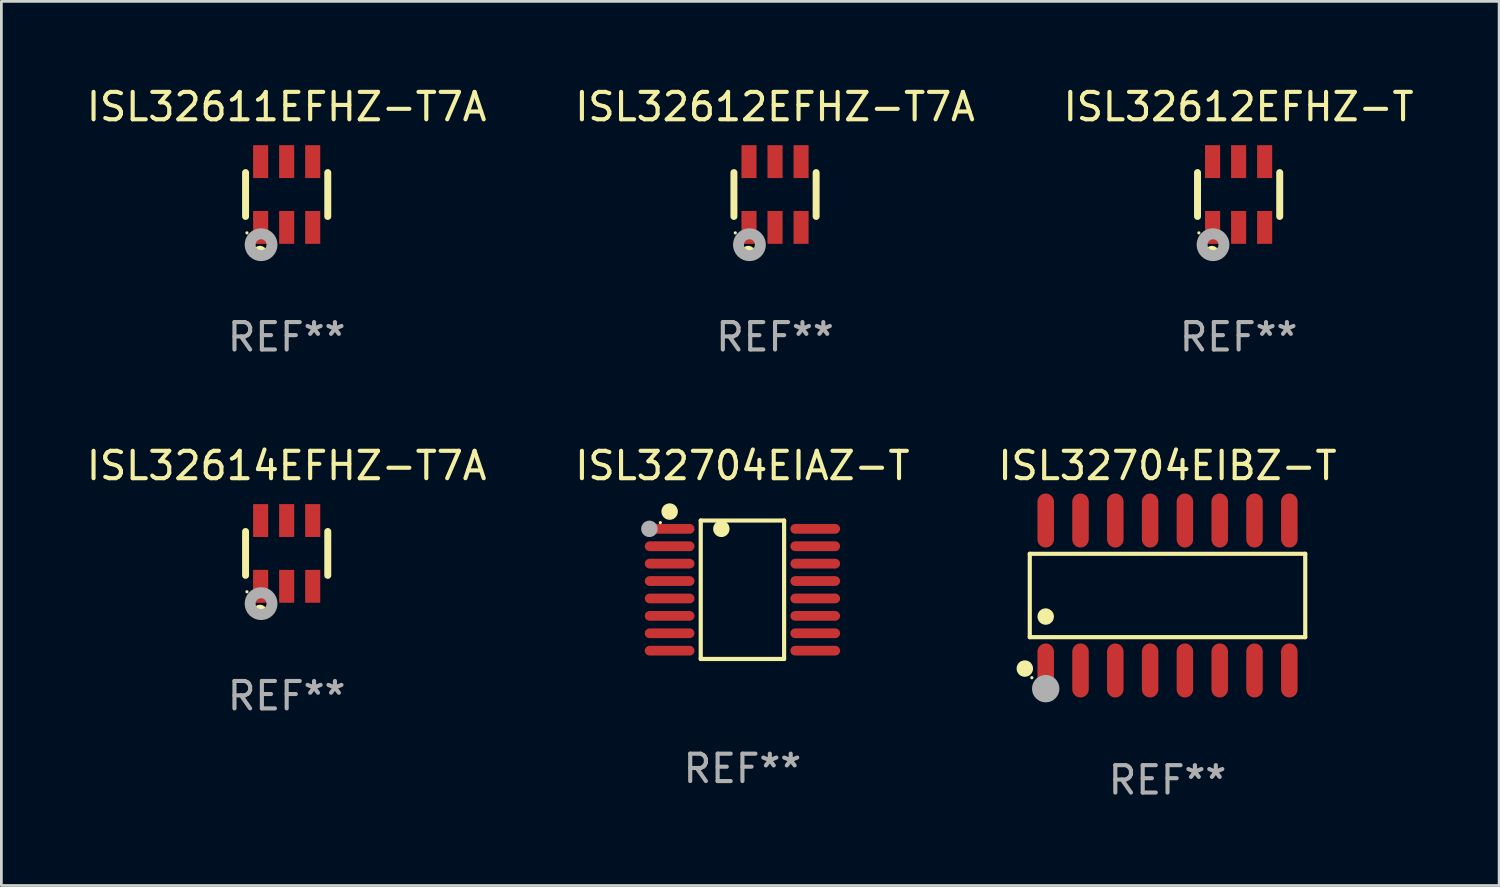
<source format=kicad_pcb>
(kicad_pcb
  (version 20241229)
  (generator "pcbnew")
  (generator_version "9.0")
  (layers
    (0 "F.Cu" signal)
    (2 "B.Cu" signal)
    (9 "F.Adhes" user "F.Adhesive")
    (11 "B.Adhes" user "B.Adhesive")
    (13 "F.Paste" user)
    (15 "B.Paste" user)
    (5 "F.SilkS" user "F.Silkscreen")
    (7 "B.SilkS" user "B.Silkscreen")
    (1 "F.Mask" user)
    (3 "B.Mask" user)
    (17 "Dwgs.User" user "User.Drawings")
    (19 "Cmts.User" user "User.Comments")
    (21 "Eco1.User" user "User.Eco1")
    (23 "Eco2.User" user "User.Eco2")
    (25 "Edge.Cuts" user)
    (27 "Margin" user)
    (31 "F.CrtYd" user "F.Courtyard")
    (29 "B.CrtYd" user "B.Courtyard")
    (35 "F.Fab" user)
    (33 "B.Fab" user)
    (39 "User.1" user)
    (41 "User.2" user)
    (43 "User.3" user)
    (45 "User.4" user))
  (footprint "ISL32614EFHZ-T7A"
    (layer "F.Cu")
    (at 7.411 17.145)
    (property "Reference" "ISL32614EFHZ-T7A" (at 0 -3.2 0) (layer "F.SilkS") (effects (font (size 1 1) (thickness 0.15))))
    (attr through_hole)
    (fp_line (start -1.5 0.8) (end -1.5 -0.8) (stroke (width 0.254) (type solid)) (layer "F.SilkS"))
    (fp_line (start 1.5 -0.8) (end 1.5 0.8) (stroke (width 0.254) (type solid)) (layer "F.SilkS"))
    (fp_circle (center -1.45 1.4) (end -1.42 1.4) (stroke (width 0.06) (type solid)) (fill no) (layer "F.SilkS"))
    (fp_circle (center -0.975 2.125) (end -0.848 2.125) (stroke (width 0.254) (type solid)) (fill no) (layer "F.SilkS"))
    (fp_circle (center -0.934 1.832) (end -0.735 1.832) (stroke (width 0.4) (type solid)) (fill no) (layer "F.Fab"))
    (fp_text user "REF**" (at 0 5.2 0) (layer "F.Fab") (effects (font (size 1 1) (thickness 0.15))))
    (pad "1" smd rect (at -0.95 1.2) (size 0.55 1.2) (layers "F.Cu" "F.Mask" "F.Paste"))
    (pad "2" smd rect (at 0 1.2) (size 0.55 1.2) (layers "F.Cu" "F.Mask" "F.Paste"))
    (pad "3" smd rect (at 0.95 1.2) (size 0.55 1.2) (layers "F.Cu" "F.Mask" "F.Paste"))
    (pad "4" smd rect (at 0.95 -1.2) (size 0.55 1.2) (layers "F.Cu" "F.Mask" "F.Paste"))
    (pad "5" smd rect (at 0 -1.2) (size 0.55 1.2) (layers "F.Cu" "F.Mask" "F.Paste"))
    (pad "6" smd rect (at -0.95 -1.2) (size 0.55 1.2) (layers "F.Cu" "F.Mask" "F.Paste")))
  (footprint "ISL32704EIAZ-T"
    (layer "F.Cu")
    (at 24.042 18.471)
    (property "Reference" "ISL32704EIAZ-T" (at 0 -4.526 0) (layer "F.SilkS") (effects (font (size 1 1) (thickness 0.15))))
    (attr through_hole)
    (fp_line (start -1.521 -2.526) (end 1.521 -2.526) (stroke (width 0.152) (type solid)) (layer "F.SilkS"))
    (fp_line (start -1.521 2.526) (end -1.521 -2.526) (stroke (width 0.152) (type solid)) (layer "F.SilkS"))
    (fp_line (start 1.521 -2.526) (end 1.521 2.526) (stroke (width 0.152) (type solid)) (layer "F.SilkS"))
    (fp_line (start 1.521 2.526) (end -1.521 2.526) (stroke (width 0.152) (type solid)) (layer "F.SilkS"))
    (fp_circle (center -2.995 -2.45) (end -2.965 -2.45) (stroke (width 0.06) (type solid)) (fill no) (layer "F.SilkS"))
    (fp_circle (center -2.656 -2.853) (end -2.506 -2.853) (stroke (width 0.3) (type solid)) (fill no) (layer "F.SilkS"))
    (fp_circle (center -0.769 -2.223) (end -0.619 -2.223) (stroke (width 0.3) (type solid)) (fill no) (layer "F.SilkS"))
    (fp_circle (center -3.395 -2.223) (end -3.245 -2.223) (stroke (width 0.3) (type solid)) (fill no) (layer "F.Fab"))
    (fp_text user "REF**" (at 0 6.526 0) (layer "F.Fab") (effects (font (size 1 1) (thickness 0.15))))
    (pad "1" smd oval (at -2.656 -2.223 270) (size 0.356 1.813) (layers "F.Cu" "F.Mask" "F.Paste"))
    (pad "2" smd oval (at -2.656 -1.588 270) (size 0.356 1.813) (layers "F.Cu" "F.Mask" "F.Paste"))
    (pad "3" smd oval (at -2.656 -0.953 270) (size 0.356 1.813) (layers "F.Cu" "F.Mask" "F.Paste"))
    (pad "4" smd oval (at -2.656 -0.318 270) (size 0.356 1.813) (layers "F.Cu" "F.Mask" "F.Paste"))
    (pad "5" smd oval (at -2.656 0.318 270) (size 0.356 1.813) (layers "F.Cu" "F.Mask" "F.Paste"))
    (pad "6" smd oval (at -2.656 0.953 270) (size 0.356 1.813) (layers "F.Cu" "F.Mask" "F.Paste"))
    (pad "7" smd oval (at -2.656 1.588 270) (size 0.356 1.813) (layers "F.Cu" "F.Mask" "F.Paste"))
    (pad "8" smd oval (at -2.656 2.223 270) (size 0.356 1.813) (layers "F.Cu" "F.Mask" "F.Paste"))
    (pad "9" smd oval (at 2.656 2.223 270) (size 0.356 1.813) (layers "F.Cu" "F.Mask" "F.Paste"))
    (pad "10" smd oval (at 2.656 1.588 270) (size 0.356 1.813) (layers "F.Cu" "F.Mask" "F.Paste"))
    (pad "11" smd oval (at 2.656 0.953 270) (size 0.356 1.813) (layers "F.Cu" "F.Mask" "F.Paste"))
    (pad "12" smd oval (at 2.656 0.318 270) (size 0.356 1.813) (layers "F.Cu" "F.Mask" "F.Paste"))
    (pad "13" smd oval (at 2.656 -0.318 270) (size 0.356 1.813) (layers "F.Cu" "F.Mask" "F.Paste"))
    (pad "14" smd oval (at 2.656 -0.953 270) (size 0.356 1.813) (layers "F.Cu" "F.Mask" "F.Paste"))
    (pad "15" smd oval (at 2.656 -1.588 270) (size 0.356 1.813) (layers "F.Cu" "F.Mask" "F.Paste"))
    (pad "16" smd oval (at 2.656 -2.223 270) (size 0.356 1.813) (layers "F.Cu" "F.Mask" "F.Paste")))
  (footprint "ISL32611EFHZ-T7A"
    (layer "F.Cu")
    (at 7.411 4.048)
    (property "Reference" "ISL32611EFHZ-T7A" (at 0 -3.2 0) (layer "F.SilkS") (effects (font (size 1 1) (thickness 0.15))))
    (attr through_hole)
    (fp_line (start -1.5 0.8) (end -1.5 -0.8) (stroke (width 0.254) (type solid)) (layer "F.SilkS"))
    (fp_line (start 1.5 -0.8) (end 1.5 0.8) (stroke (width 0.254) (type solid)) (layer "F.SilkS"))
    (fp_circle (center -1.45 1.4) (end -1.42 1.4) (stroke (width 0.06) (type solid)) (fill no) (layer "F.SilkS"))
    (fp_circle (center -0.975 2.125) (end -0.848 2.125) (stroke (width 0.254) (type solid)) (fill no) (layer "F.SilkS"))
    (fp_circle (center -0.934 1.832) (end -0.735 1.832) (stroke (width 0.4) (type solid)) (fill no) (layer "F.Fab"))
    (fp_text user "REF**" (at 0 5.2 0) (layer "F.Fab") (effects (font (size 1 1) (thickness 0.15))))
    (pad "1" smd rect (at -0.95 1.2) (size 0.55 1.2) (layers "F.Cu" "F.Mask" "F.Paste"))
    (pad "2" smd rect (at 0 1.2) (size 0.55 1.2) (layers "F.Cu" "F.Mask" "F.Paste"))
    (pad "3" smd rect (at 0.95 1.2) (size 0.55 1.2) (layers "F.Cu" "F.Mask" "F.Paste"))
    (pad "4" smd rect (at 0.95 -1.2) (size 0.55 1.2) (layers "F.Cu" "F.Mask" "F.Paste"))
    (pad "5" smd rect (at 0 -1.2) (size 0.55 1.2) (layers "F.Cu" "F.Mask" "F.Paste"))
    (pad "6" smd rect (at -0.95 -1.2) (size 0.55 1.2) (layers "F.Cu" "F.Mask" "F.Paste")))
  (footprint "ISL32612EFHZ-T"
    (layer "F.Cu")
    (at 42.149 4.048)
    (property "Reference" "ISL32612EFHZ-T" (at 0 -3.2 0) (layer "F.SilkS") (effects (font (size 1 1) (thickness 0.15))))
    (attr through_hole)
    (fp_line (start -1.5 0.8) (end -1.5 -0.8) (stroke (width 0.254) (type solid)) (layer "F.SilkS"))
    (fp_line (start 1.5 -0.8) (end 1.5 0.8) (stroke (width 0.254) (type solid)) (layer "F.SilkS"))
    (fp_circle (center -1.45 1.4) (end -1.42 1.4) (stroke (width 0.06) (type solid)) (fill no) (layer "F.SilkS"))
    (fp_circle (center -0.975 2.125) (end -0.848 2.125) (stroke (width 0.254) (type solid)) (fill no) (layer "F.SilkS"))
    (fp_circle (center -0.934 1.832) (end -0.735 1.832) (stroke (width 0.4) (type solid)) (fill no) (layer "F.Fab"))
    (fp_text user "REF**" (at 0 5.2 0) (layer "F.Fab") (effects (font (size 1 1) (thickness 0.15))))
    (pad "1" smd rect (at -0.95 1.2) (size 0.55 1.2) (layers "F.Cu" "F.Mask" "F.Paste"))
    (pad "2" smd rect (at 0 1.2) (size 0.55 1.2) (layers "F.Cu" "F.Mask" "F.Paste"))
    (pad "3" smd rect (at 0.95 1.2) (size 0.55 1.2) (layers "F.Cu" "F.Mask" "F.Paste"))
    (pad "4" smd rect (at 0.95 -1.2) (size 0.55 1.2) (layers "F.Cu" "F.Mask" "F.Paste"))
    (pad "5" smd rect (at 0 -1.2) (size 0.55 1.2) (layers "F.Cu" "F.Mask" "F.Paste"))
    (pad "6" smd rect (at -0.95 -1.2) (size 0.55 1.2) (layers "F.Cu" "F.Mask" "F.Paste")))
  (footprint "ISL32612EFHZ-T7A"
    (layer "F.Cu")
    (at 25.232 4.048)
    (property "Reference" "ISL32612EFHZ-T7A" (at 0 -3.2 0) (layer "F.SilkS") (effects (font (size 1 1) (thickness 0.15))))
    (attr through_hole)
    (fp_line (start -1.5 0.8) (end -1.5 -0.8) (stroke (width 0.254) (type solid)) (layer "F.SilkS"))
    (fp_line (start 1.5 -0.8) (end 1.5 0.8) (stroke (width 0.254) (type solid)) (layer "F.SilkS"))
    (fp_circle (center -1.45 1.4) (end -1.42 1.4) (stroke (width 0.06) (type solid)) (fill no) (layer "F.SilkS"))
    (fp_circle (center -0.975 2.125) (end -0.848 2.125) (stroke (width 0.254) (type solid)) (fill no) (layer "F.SilkS"))
    (fp_circle (center -0.934 1.832) (end -0.735 1.832) (stroke (width 0.4) (type solid)) (fill no) (layer "F.Fab"))
    (fp_text user "REF**" (at 0 5.2 0) (layer "F.Fab") (effects (font (size 1 1) (thickness 0.15))))
    (pad "1" smd rect (at -0.95 1.2) (size 0.55 1.2) (layers "F.Cu" "F.Mask" "F.Paste"))
    (pad "2" smd rect (at 0 1.2) (size 0.55 1.2) (layers "F.Cu" "F.Mask" "F.Paste"))
    (pad "3" smd rect (at 0.95 1.2) (size 0.55 1.2) (layers "F.Cu" "F.Mask" "F.Paste"))
    (pad "4" smd rect (at 0.95 -1.2) (size 0.55 1.2) (layers "F.Cu" "F.Mask" "F.Paste"))
    (pad "5" smd rect (at 0 -1.2) (size 0.55 1.2) (layers "F.Cu" "F.Mask" "F.Paste"))
    (pad "6" smd rect (at -0.95 -1.2) (size 0.55 1.2) (layers "F.Cu" "F.Mask" "F.Paste")))
  (footprint "ISL32704EIBZ-T"
    (layer "F.Cu")
    (at 39.554 18.68)
    (property "Reference" "ISL32704EIBZ-T" (at 0 -4.736 0) (layer "F.SilkS") (effects (font (size 1 1) (thickness 0.15))))
    (attr through_hole)
    (fp_line (start -5.026 -1.521) (end 5.026 -1.521) (stroke (width 0.152) (type solid)) (layer "F.SilkS"))
    (fp_line (start -5.026 1.521) (end -5.026 -1.521) (stroke (width 0.152) (type solid)) (layer "F.SilkS"))
    (fp_line (start 5.026 -1.521) (end 5.026 1.521) (stroke (width 0.152) (type solid)) (layer "F.SilkS"))
    (fp_line (start 5.026 1.521) (end -5.026 1.521) (stroke (width 0.152) (type solid)) (layer "F.SilkS"))
    (fp_circle (center -5.207 2.667) (end -5.057 2.667) (stroke (width 0.3) (type solid)) (fill no) (layer "F.SilkS"))
    (fp_circle (center -4.95 3) (end -4.92 3) (stroke (width 0.06) (type solid)) (fill no) (layer "F.SilkS"))
    (fp_circle (center -4.445 0.769) (end -4.295 0.769) (stroke (width 0.3) (type solid)) (fill no) (layer "F.SilkS"))
    (fp_circle (center -4.445 3.4) (end -4.195 3.4) (stroke (width 0.5) (type solid)) (fill no) (layer "F.Fab"))
    (fp_text user "REF**" (at 0 6.736 0) (layer "F.Fab") (effects (font (size 1 1) (thickness 0.15))))
    (pad "1" smd oval (at -4.445 2.736) (size 0.602 1.971) (layers "F.Cu" "F.Mask" "F.Paste"))
    (pad "2" smd oval (at -3.175 2.736) (size 0.602 1.971) (layers "F.Cu" "F.Mask" "F.Paste"))
    (pad "3" smd oval (at -1.905 2.736) (size 0.602 1.971) (layers "F.Cu" "F.Mask" "F.Paste"))
    (pad "4" smd oval (at -0.635 2.736) (size 0.602 1.971) (layers "F.Cu" "F.Mask" "F.Paste"))
    (pad "5" smd oval (at 0.635 2.736) (size 0.602 1.971) (layers "F.Cu" "F.Mask" "F.Paste"))
    (pad "6" smd oval (at 1.905 2.736) (size 0.602 1.971) (layers "F.Cu" "F.Mask" "F.Paste"))
    (pad "7" smd oval (at 3.175 2.736) (size 0.602 1.971) (layers "F.Cu" "F.Mask" "F.Paste"))
    (pad "8" smd oval (at 4.445 2.736) (size 0.602 1.971) (layers "F.Cu" "F.Mask" "F.Paste"))
    (pad "9" smd oval (at 4.445 -2.736) (size 0.602 1.971) (layers "F.Cu" "F.Mask" "F.Paste"))
    (pad "10" smd oval (at 3.175 -2.736) (size 0.602 1.971) (layers "F.Cu" "F.Mask" "F.Paste"))
    (pad "11" smd oval (at 1.905 -2.736) (size 0.602 1.971) (layers "F.Cu" "F.Mask" "F.Paste"))
    (pad "12" smd oval (at 0.635 -2.736) (size 0.602 1.971) (layers "F.Cu" "F.Mask" "F.Paste"))
    (pad "13" smd oval (at -0.635 -2.736) (size 0.602 1.971) (layers "F.Cu" "F.Mask" "F.Paste"))
    (pad "14" smd oval (at -1.905 -2.736) (size 0.602 1.971) (layers "F.Cu" "F.Mask" "F.Paste"))
    (pad "15" smd oval (at -3.175 -2.736) (size 0.602 1.971) (layers "F.Cu" "F.Mask" "F.Paste"))
    (pad "16" smd oval (at -4.445 -2.736) (size 0.602 1.971) (layers "F.Cu" "F.Mask" "F.Paste")))
  (gr_rect
    (start -3 -3)
    (end 51.655 29.264)
    (stroke (width 0.1) (type default))
    (fill no)
    (layer "Edge.Cuts")))
</source>
